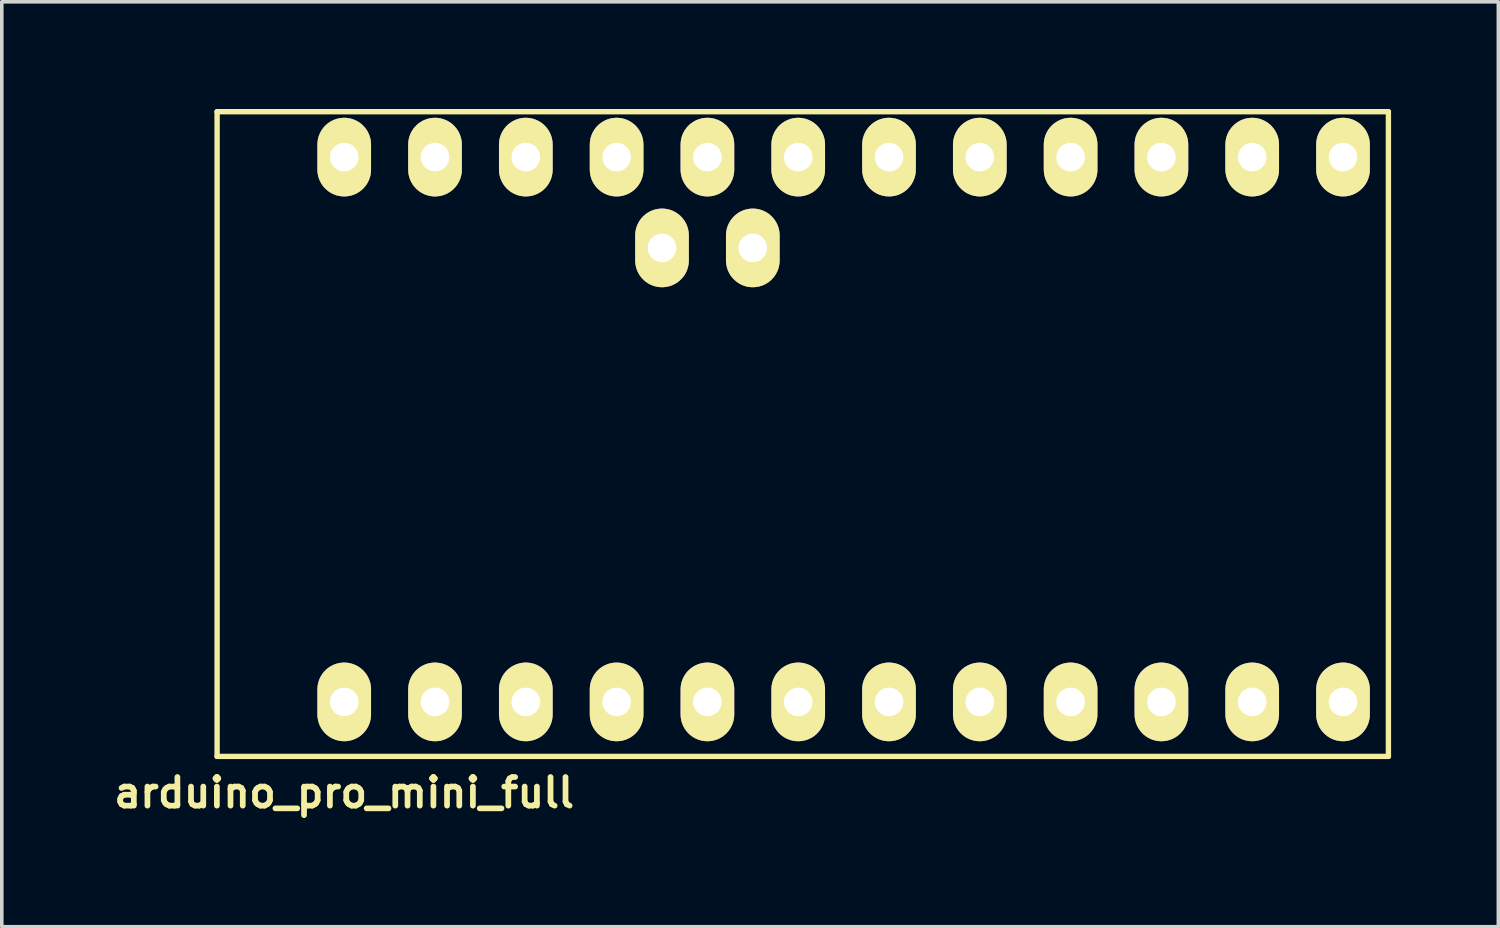
<source format=kicad_pcb>
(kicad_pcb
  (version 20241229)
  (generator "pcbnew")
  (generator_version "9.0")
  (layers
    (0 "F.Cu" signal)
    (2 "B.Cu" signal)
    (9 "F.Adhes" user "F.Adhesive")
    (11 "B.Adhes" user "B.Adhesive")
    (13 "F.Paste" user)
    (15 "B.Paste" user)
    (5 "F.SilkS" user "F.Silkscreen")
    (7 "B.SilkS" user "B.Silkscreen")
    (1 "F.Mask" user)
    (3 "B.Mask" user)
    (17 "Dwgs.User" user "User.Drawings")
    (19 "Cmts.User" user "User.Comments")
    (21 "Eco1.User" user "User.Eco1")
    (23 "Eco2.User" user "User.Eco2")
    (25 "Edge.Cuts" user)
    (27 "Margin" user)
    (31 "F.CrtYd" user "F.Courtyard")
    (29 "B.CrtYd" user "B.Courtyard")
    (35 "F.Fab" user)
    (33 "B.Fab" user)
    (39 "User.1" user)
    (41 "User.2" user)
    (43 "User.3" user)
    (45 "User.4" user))
  (footprint "arduino_pro_mini_full"
    (layer "F.Cu")
    (at 20.549 8.965)
    (property "Reference" "arduino_pro_mini_full" (at -13.97 10.16 0) (layer "F.SilkS") (effects (font (size 0.8 0.8) (thickness 0.16))))
    (attr through_hole)
    (fp_line (start -17.526 -8.89) (end -17.526 9.144) (stroke (width 0.15) (type solid)) (layer "F.SilkS"))
    (fp_line (start -17.526 -8.89) (end 15.24 -8.89) (stroke (width 0.15) (type solid)) (layer "F.SilkS"))
    (fp_line (start 15.24 9.144) (end -17.526 9.144) (stroke (width 0.15) (type solid)) (layer "F.SilkS"))
    (fp_line (start 15.24 9.144) (end 15.24 -8.89) (stroke (width 0.15) (type solid)) (layer "F.SilkS"))
    (pad "1" thru_hole oval (at -13.97 7.62) (size 1.501 2.2) (drill 0.8) (layers "*.Cu" "*.Mask" "F.SilkS"))
    (pad "2" thru_hole oval (at -11.43 7.62) (size 1.501 2.2) (drill 0.8) (layers "*.Cu" "*.Mask" "F.SilkS"))
    (pad "3" thru_hole oval (at -8.89 7.62) (size 1.501 2.2) (drill 0.8) (layers "*.Cu" "*.Mask" "F.SilkS"))
    (pad "4" thru_hole oval (at -6.35 7.62) (size 1.501 2.2) (drill 0.8) (layers "*.Cu" "*.Mask" "F.SilkS"))
    (pad "5" thru_hole oval (at -3.81 7.62) (size 1.501 2.2) (drill 0.8) (layers "*.Cu" "*.Mask" "F.SilkS"))
    (pad "6" thru_hole oval (at -1.27 7.62) (size 1.501 2.2) (drill 0.8) (layers "*.Cu" "*.Mask" "F.SilkS"))
    (pad "7" thru_hole oval (at 1.27 7.62) (size 1.501 2.2) (drill 0.8) (layers "*.Cu" "*.Mask" "F.SilkS"))
    (pad "8" thru_hole oval (at 3.81 7.62) (size 1.501 2.2) (drill 0.8) (layers "*.Cu" "*.Mask" "F.SilkS"))
    (pad "9" thru_hole oval (at 6.35 7.62) (size 1.501 2.2) (drill 0.8) (layers "*.Cu" "*.Mask" "F.SilkS"))
    (pad "10" thru_hole oval (at 8.89 7.62) (size 1.501 2.2) (drill 0.8) (layers "*.Cu" "*.Mask" "F.SilkS"))
    (pad "11" thru_hole oval (at 11.43 7.62) (size 1.501 2.2) (drill 0.8) (layers "*.Cu" "*.Mask" "F.SilkS"))
    (pad "12" thru_hole oval (at 13.97 7.62) (size 1.501 2.2) (drill 0.8) (layers "*.Cu" "*.Mask" "F.SilkS"))
    (pad "13" thru_hole oval (at 13.97 -7.62) (size 1.501 2.2) (drill 0.8) (layers "*.Cu" "*.Mask" "F.SilkS"))
    (pad "14" thru_hole oval (at 11.43 -7.62) (size 1.501 2.2) (drill 0.8) (layers "*.Cu" "*.Mask" "F.SilkS"))
    (pad "15" thru_hole oval (at 8.89 -7.62) (size 1.501 2.2) (drill 0.8) (layers "*.Cu" "*.Mask" "F.SilkS"))
    (pad "16" thru_hole oval (at 6.35 -7.62) (size 1.501 2.2) (drill 0.8) (layers "*.Cu" "*.Mask" "F.SilkS"))
    (pad "17" thru_hole oval (at 3.81 -7.62) (size 1.501 2.2) (drill 0.8) (layers "*.Cu" "*.Mask" "F.SilkS"))
    (pad "18" thru_hole oval (at 1.27 -7.62) (size 1.501 2.2) (drill 0.8) (layers "*.Cu" "*.Mask" "F.SilkS"))
    (pad "19" thru_hole oval (at -1.27 -7.62) (size 1.501 2.2) (drill 0.8) (layers "*.Cu" "*.Mask" "F.SilkS"))
    (pad "20" thru_hole oval (at -3.81 -7.62) (size 1.501 2.2) (drill 0.8) (layers "*.Cu" "*.Mask" "F.SilkS"))
    (pad "21" thru_hole oval (at -6.35 -7.62) (size 1.501 2.2) (drill 0.8) (layers "*.Cu" "*.Mask" "F.SilkS"))
    (pad "22" thru_hole oval (at -8.89 -7.62) (size 1.501 2.2) (drill 0.8) (layers "*.Cu" "*.Mask" "F.SilkS"))
    (pad "23" thru_hole oval (at -11.43 -7.62) (size 1.501 2.2) (drill 0.8) (layers "*.Cu" "*.Mask" "F.SilkS"))
    (pad "24" thru_hole oval (at -13.97 -7.62) (size 1.501 2.2) (drill 0.8) (layers "*.Cu" "*.Mask" "F.SilkS"))
    (pad "25" thru_hole oval (at -2.54 -5.08) (size 1.501 2.2) (drill 0.8) (layers "*.Cu" "*.Mask" "F.SilkS"))
    (pad "26" thru_hole oval (at -5.08 -5.08) (size 1.501 2.2) (drill 0.8) (layers "*.Cu" "*.Mask" "F.SilkS")))
  (gr_rect
    (start -3 -3)
    (end 38.864 22.874)
    (stroke (width 0.1) (type default))
    (fill no)
    (layer "Edge.Cuts")))
</source>
